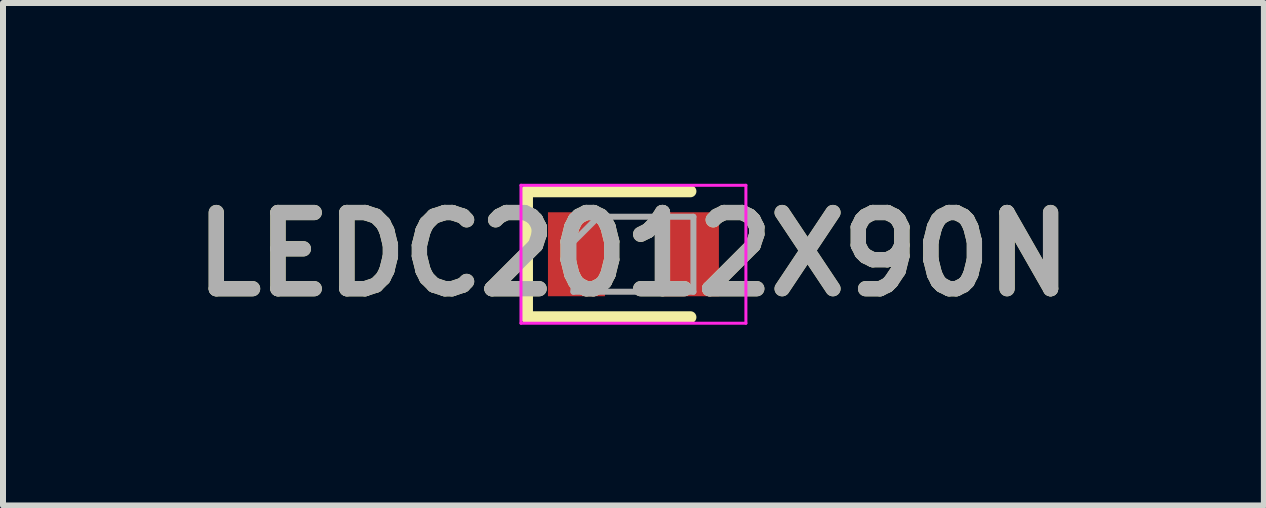
<source format=kicad_pcb>
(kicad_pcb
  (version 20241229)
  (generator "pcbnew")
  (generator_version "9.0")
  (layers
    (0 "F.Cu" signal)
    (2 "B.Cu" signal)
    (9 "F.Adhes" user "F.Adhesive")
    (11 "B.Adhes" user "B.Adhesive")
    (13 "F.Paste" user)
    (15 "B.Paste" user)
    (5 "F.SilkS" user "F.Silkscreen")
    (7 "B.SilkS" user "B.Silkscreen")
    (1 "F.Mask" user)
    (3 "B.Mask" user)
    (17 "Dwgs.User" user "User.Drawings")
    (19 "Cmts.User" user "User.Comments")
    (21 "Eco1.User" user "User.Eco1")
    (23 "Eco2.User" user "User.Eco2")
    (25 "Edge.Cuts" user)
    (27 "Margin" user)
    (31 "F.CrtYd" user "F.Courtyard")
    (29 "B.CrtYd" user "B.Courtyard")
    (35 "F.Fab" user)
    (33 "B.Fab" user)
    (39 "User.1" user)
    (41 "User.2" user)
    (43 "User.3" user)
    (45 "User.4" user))
  (footprint "LEDC2012X90N"
    (layer "F.Cu")
    (at 7.511 1.189)
    (property "Reference" "LEDC2012X90N" (at 0 0 0) (layer "F.SilkS") (effects (font (size 1.27 1.27) (thickness 0.254))))
    (attr smd)
    (fp_line (start -1.775 -1.05) (end -1.775 1.05) (stroke (width 0.2) (type solid)) (layer "F.SilkS"))
    (fp_line (start -1.775 1.05) (end 0.95 1.05) (stroke (width 0.2) (type solid)) (layer "F.SilkS"))
    (fp_line (start 0.95 -1.05) (end -1.775 -1.05) (stroke (width 0.2) (type solid)) (layer "F.SilkS"))
    (fp_line (start -1.875 -1.15) (end 1.875 -1.15) (stroke (width 0.05) (type solid)) (layer "F.CrtYd"))
    (fp_line (start -1.875 1.15) (end -1.875 -1.15) (stroke (width 0.05) (type solid)) (layer "F.CrtYd"))
    (fp_line (start 1.875 -1.15) (end 1.875 1.15) (stroke (width 0.05) (type solid)) (layer "F.CrtYd"))
    (fp_line (start 1.875 1.15) (end -1.875 1.15) (stroke (width 0.05) (type solid)) (layer "F.CrtYd"))
    (fp_line (start -1 -0.625) (end 1 -0.625) (stroke (width 0.1) (type solid)) (layer "F.Fab"))
    (fp_line (start -1 -0.208) (end -0.583 -0.625) (stroke (width 0.1) (type solid)) (layer "F.Fab"))
    (fp_line (start -1 0.625) (end -1 -0.625) (stroke (width 0.1) (type solid)) (layer "F.Fab"))
    (fp_line (start 1 -0.625) (end 1 0.625) (stroke (width 0.1) (type solid)) (layer "F.Fab"))
    (fp_line (start 1 0.625) (end -1 0.625) (stroke (width 0.1) (type solid)) (layer "F.Fab"))
    (fp_text user "${REFERENCE}" (at 0 0 0) (layer "F.Fab") (effects (font (size 1.27 1.27) (thickness 0.254))))
    (pad "1" smd rect (at -0.95 0) (size 0.95 1.4) (layers "F.Cu" "F.Mask" "F.Paste"))
    (pad "2" smd rect (at 0.95 0) (size 0.95 1.4) (layers "F.Cu" "F.Mask" "F.Paste")))
  (gr_rect
    (start -3 -3)
    (end 18.022 5.377)
    (stroke (width 0.1) (type default))
    (fill no)
    (layer "Edge.Cuts")))
</source>
